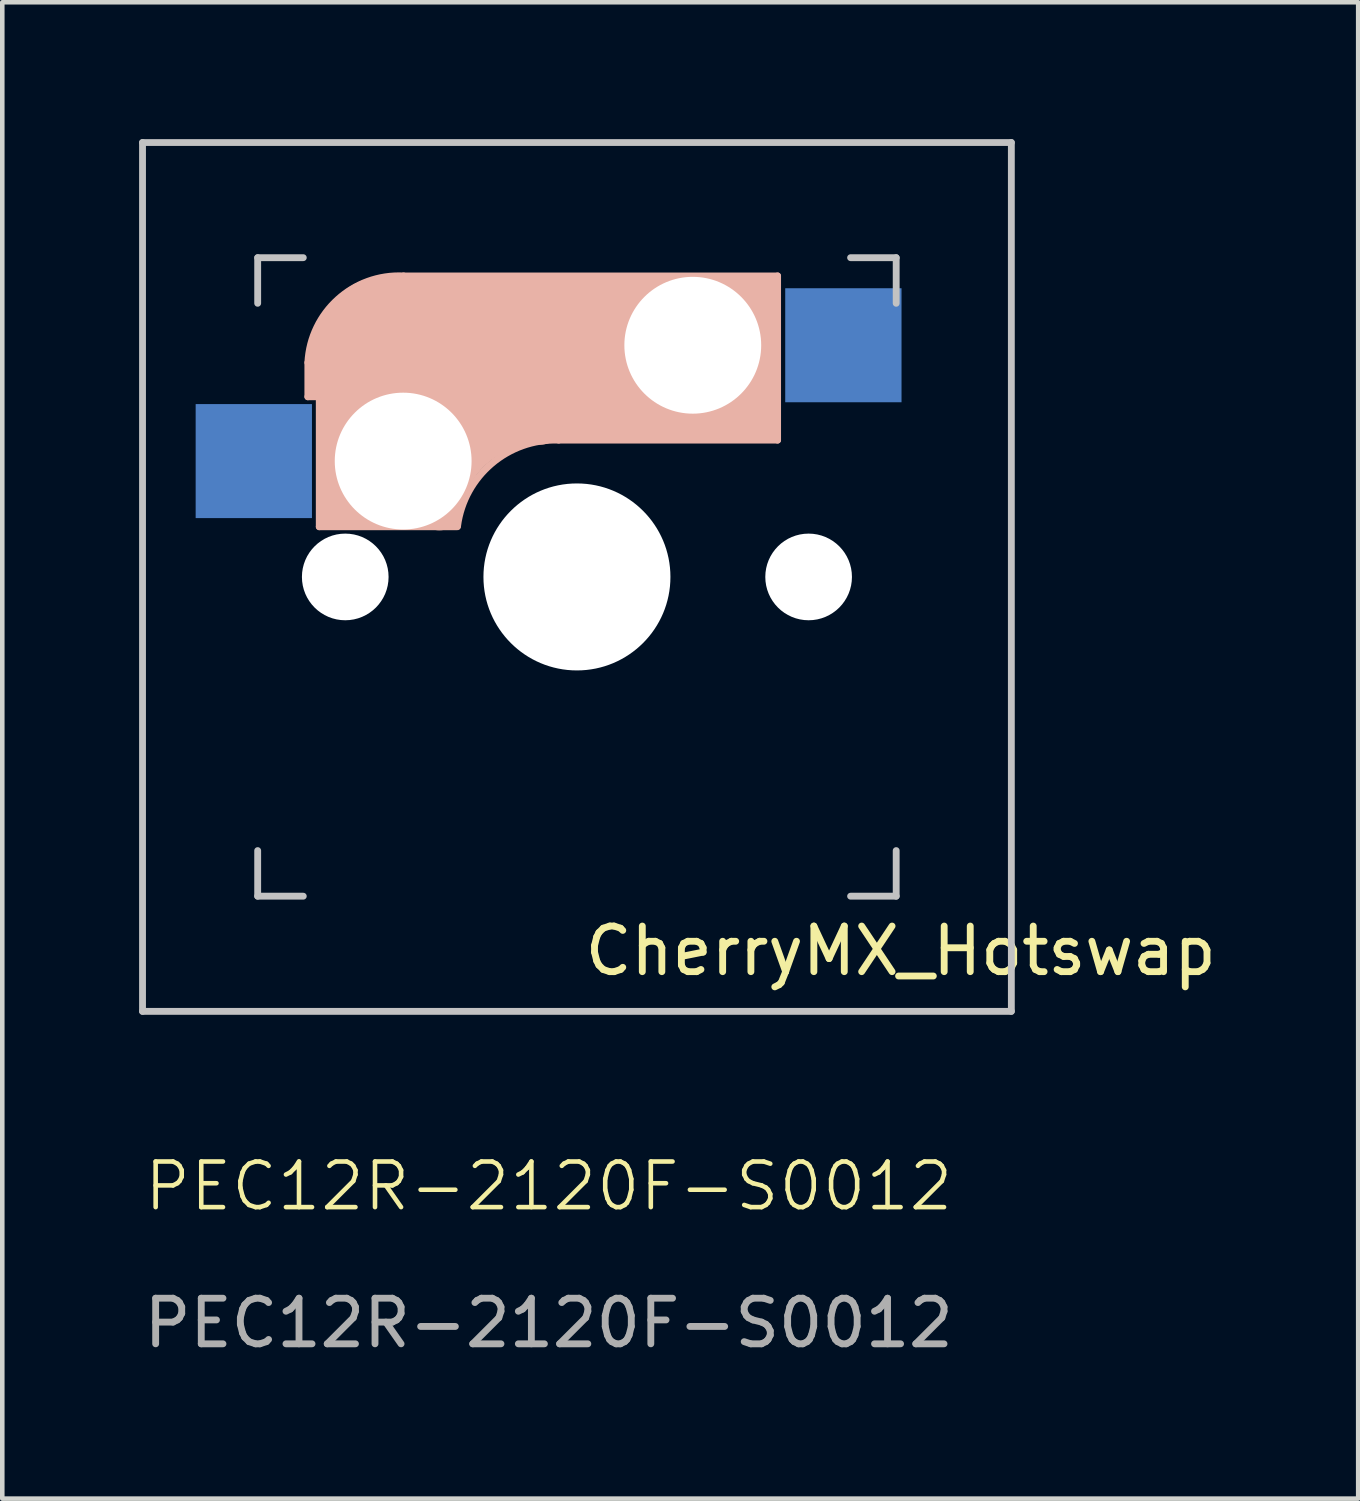
<source format=kicad_pcb>
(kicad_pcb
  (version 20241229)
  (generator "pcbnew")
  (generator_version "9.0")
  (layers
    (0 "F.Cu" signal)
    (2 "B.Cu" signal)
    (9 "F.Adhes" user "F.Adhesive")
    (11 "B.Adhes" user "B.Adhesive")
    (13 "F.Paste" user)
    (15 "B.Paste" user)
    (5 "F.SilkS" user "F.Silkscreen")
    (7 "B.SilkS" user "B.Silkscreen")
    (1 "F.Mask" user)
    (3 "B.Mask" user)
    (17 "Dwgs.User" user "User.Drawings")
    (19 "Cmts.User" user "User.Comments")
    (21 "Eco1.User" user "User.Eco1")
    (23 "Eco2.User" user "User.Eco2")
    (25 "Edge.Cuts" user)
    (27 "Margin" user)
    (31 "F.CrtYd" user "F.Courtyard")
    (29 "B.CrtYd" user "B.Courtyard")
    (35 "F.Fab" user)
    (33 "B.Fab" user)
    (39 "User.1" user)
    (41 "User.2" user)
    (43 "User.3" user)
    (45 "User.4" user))
  (footprint "CherryMX_Hotswap"
    (layer "F.Cu")
    (at 9.6 9.6)
    (property "Reference" "CherryMX_Hotswap" (at 7.1 8.2 0) (layer "F.SilkS") (effects (font (size 1 1) (thickness 0.15))))
    (attr through_hole)
    (fp_line (start -9.5 -9.5) (end -9.5 -9.5) (stroke (width 0.1) (type default)) (layer "F.SilkS"))
    (fp_line (start -9.5 9.5) (end -9.5 9.5) (stroke (width 0.1) (type default)) (layer "F.SilkS"))
    (fp_line (start 9.5 -9.5) (end 9.5 -9.5) (stroke (width 0.1) (type default)) (layer "F.SilkS"))
    (fp_line (start -5.9 -4.7) (end -5.9 -3.95) (stroke (width 0.15) (type solid)) (layer "B.SilkS"))
    (fp_line (start -5.9 -3.95) (end -5.7 -3.95) (stroke (width 0.15) (type solid)) (layer "B.SilkS"))
    (fp_line (start -5.8 -4.05) (end -5.8 -4.7) (stroke (width 0.3) (type solid)) (layer "B.SilkS"))
    (fp_line (start -5.65 -5.55) (end -5.65 -1.1) (stroke (width 0.15) (type solid)) (layer "B.SilkS"))
    (fp_line (start -5.65 -1.1) (end -2.62 -1.1) (stroke (width 0.15) (type solid)) (layer "B.SilkS"))
    (fp_line (start -5.45 -1.3) (end -3 -1.3) (stroke (width 0.5) (type solid)) (layer "B.SilkS"))
    (fp_line (start -5.3 -1.6) (end -5.3 -3.4) (stroke (width 0.8) (type solid)) (layer "B.SilkS"))
    (fp_line (start -4.17 -5.1) (end -4.17 -2.86) (stroke (width 3) (type solid)) (layer "B.SilkS"))
    (fp_line (start -0.4 -3) (end 4.4 -3) (stroke (width 0.15) (type solid)) (layer "B.SilkS"))
    (fp_line (start 2.6 -4.8) (end -4.1 -4.8) (stroke (width 3.5) (type solid)) (layer "B.SilkS"))
    (fp_line (start 3.9 -6) (end 3.9 -3.5) (stroke (width 1) (type solid)) (layer "B.SilkS"))
    (fp_line (start 4.2 -3.25) (end 2.9 -3.3) (stroke (width 0.5) (type solid)) (layer "B.SilkS"))
    (fp_line (start 4.25 -6.4) (end 3 -6.4) (stroke (width 0.4) (type solid)) (layer "B.SilkS"))
    (fp_line (start 4.38 -4) (end 4.38 -6.25) (stroke (width 0.15) (type solid)) (layer "B.SilkS"))
    (fp_line (start 4.4 -6.6) (end -3.8 -6.6) (stroke (width 0.15) (type solid)) (layer "B.SilkS"))
    (fp_line (start 4.4 -3) (end 4.4 -6.6) (stroke (width 0.15) (type solid)) (layer "B.SilkS"))
    (fp_arc (start -5.9 -4.699999) (mid -5.243504 -6.084924) (end -3.800001 -6.6) (stroke (width 0.15) (type solid)) (layer "B.SilkS"))
    (fp_arc (start -3.016318 -1.521471) (mid -2.268709 -2.886118) (end -0.8 -3.4) (stroke (width 1) (type solid)) (layer "B.SilkS"))
    (fp_arc (start -2.616318 -1.121471) (mid -1.868709 -2.486118) (end -0.4 -3) (stroke (width 0.15) (type solid)) (layer "B.SilkS"))
    (fp_line (start -9.525 -9.525) (end 9.525 -9.525) (stroke (width 0.15) (type solid)) (layer "Dwgs.User"))
    (fp_line (start -9.525 9.525) (end -9.525 -9.525) (stroke (width 0.15) (type solid)) (layer "Dwgs.User"))
    (fp_line (start -7 -7) (end -6 -7) (stroke (width 0.15) (type solid)) (layer "Dwgs.User"))
    (fp_line (start -7 -6) (end -7 -7) (stroke (width 0.15) (type solid)) (layer "Dwgs.User"))
    (fp_line (start -7 6) (end -7 7) (stroke (width 0.15) (type solid)) (layer "Dwgs.User"))
    (fp_line (start -7 7) (end -6 7) (stroke (width 0.15) (type solid)) (layer "Dwgs.User"))
    (fp_line (start 6 7) (end 7 7) (stroke (width 0.15) (type solid)) (layer "Dwgs.User"))
    (fp_line (start 7 -7) (end 6 -7) (stroke (width 0.15) (type solid)) (layer "Dwgs.User"))
    (fp_line (start 7 -7) (end 7 -6) (stroke (width 0.15) (type solid)) (layer "Dwgs.User"))
    (fp_line (start 7 7) (end 7 6) (stroke (width 0.15) (type solid)) (layer "Dwgs.User"))
    (fp_line (start 9.525 -9.525) (end 9.525 9.525) (stroke (width 0.15) (type solid)) (layer "Dwgs.User"))
    (fp_line (start 9.525 9.525) (end -9.525 9.525) (stroke (width 0.15) (type solid)) (layer "Dwgs.User"))
    (pad "" np_thru_hole circle (at -5.08 0) (size 1.9 1.9) (drill 1.9) (layers "*.Cu" "*.Mask"))
    (pad "" np_thru_hole circle (at -3.81 -2.54) (size 3 3) (drill 3) (layers "*.Cu" "*.Mask"))
    (pad "" np_thru_hole circle (at 0 0 90) (size 4.1 4.1) (drill 4.1) (layers "*.Cu" "*.Mask"))
    (pad "" np_thru_hole circle (at 2.54 -5.08) (size 3 3) (drill 3) (layers "*.Cu" "*.Mask"))
    (pad "" np_thru_hole circle (at 5.08 0) (size 1.9 1.9) (drill 1.9) (layers "*.Cu" "*.Mask"))
    (pad "1" smd rect (at -7.085 -2.54 180) (size 2.55 2.5) (layers "B.Cu" "B.Mask" "B.Paste"))
    (pad "2" smd rect (at 5.842 -5.08 180) (size 2.55 2.5) (layers "B.Cu" "B.Mask" "B.Paste")))
  (footprint "PEC12R-2120F-S0012"
    (layer "F.Cu")
    (at 8.982 23.46)
    (property "Reference" "PEC12R-2120F-S0012" (at 0 -0.5 0) (unlocked yes) (layer "F.SilkS") (effects (font (size 1 1) (thickness 0.1))))
    (attr through_hole)
    (fp_text user "${REFERENCE}" (at 0 2.5 0) (unlocked yes) (layer "F.Fab") (effects (font (size 1 1) (thickness 0.15)))))
  (gr_rect
    (start -3 -3)
    (end 26.73 29.809)
    (stroke (width 0.1) (type default))
    (fill no)
    (layer "Edge.Cuts")))
</source>
